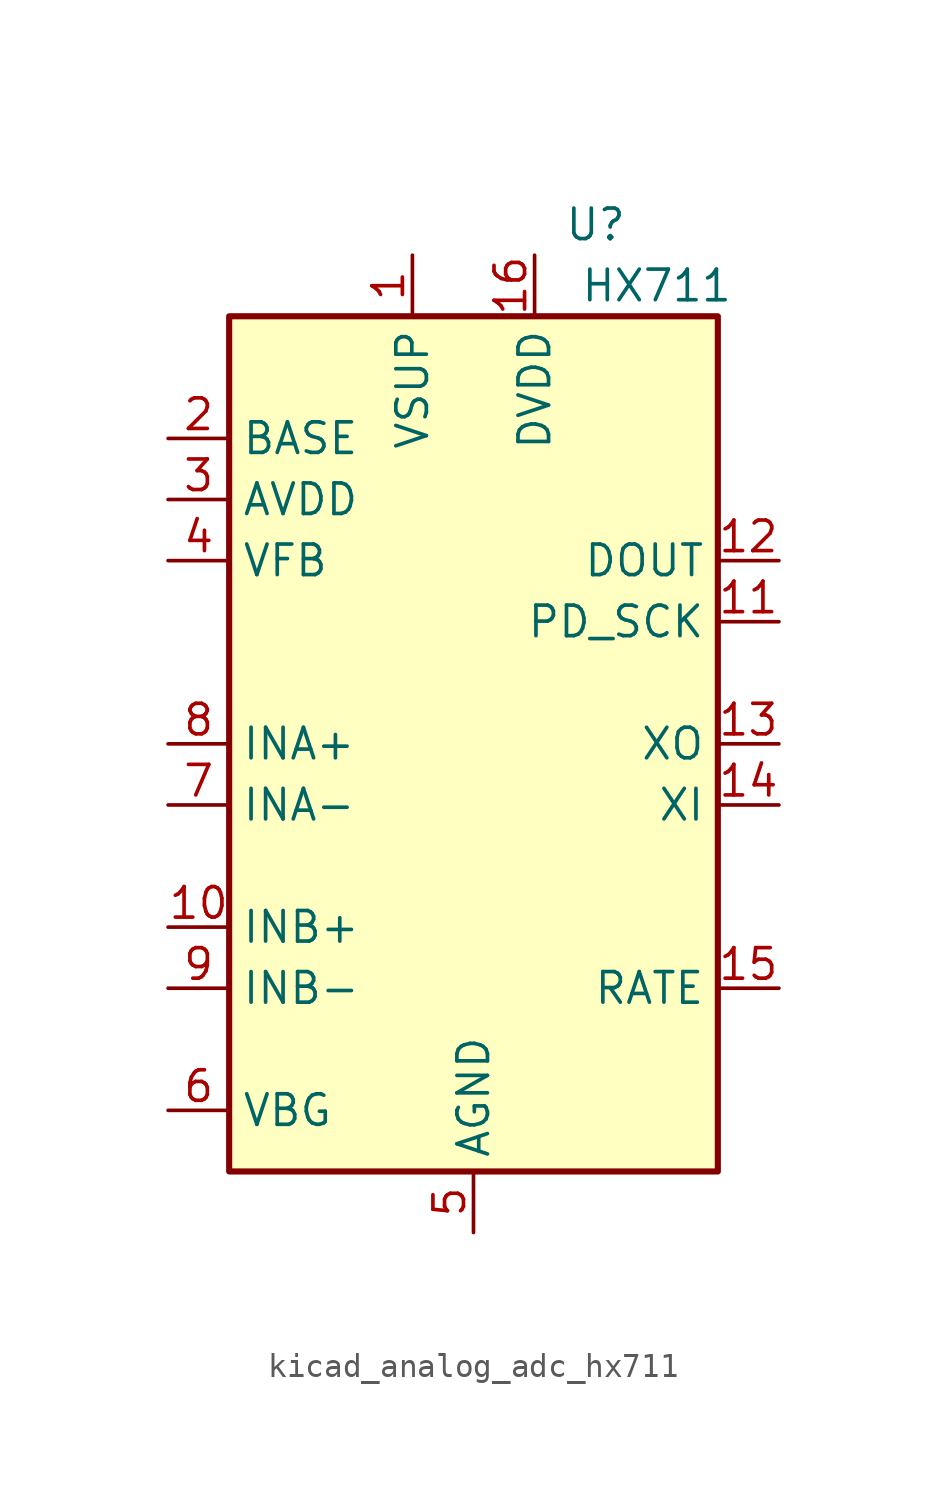
<source format=kicad_sym>
(kicad_symbol_lib
  (version 20220914)
  (generator kicad_symbol_editor)
  (symbol "kicad_analog_adc_hx711"
    (property "Reference" "U"
      (at 5.08 21.59 0)
      (effects (font (size 1.27 1.27))))
    (property "Value" "HX711"
      (at 7.62 19.05 0)
      (effects (font (size 1.27 1.27))))
    (symbol "kicad_analog_adc_hx711_0_1"
      (rectangle (start -10.16 17.78) (end 10.16 -17.78) (stroke (width 0.254) (type default)) (fill (type background))))
    (symbol "kicad_analog_adc_hx711_1_1"
      (pin power_in line (at -2.54 20.32 270) (length 2.54) (name "VSUP" (effects (font (size 1.27 1.27)))) (number "1" (effects (font (size 1.27 1.27)))))
      (pin input line (at -12.7 -7.62 0) (length 2.54) (name "INB+" (effects (font (size 1.27 1.27)))) (number "10" (effects (font (size 1.27 1.27)))))
      (pin input line (at 12.7 5.08 180) (length 2.54) (name "PD_SCK" (effects (font (size 1.27 1.27)))) (number "11" (effects (font (size 1.27 1.27)))))
      (pin output line (at 12.7 7.62 180) (length 2.54) (name "DOUT" (effects (font (size 1.27 1.27)))) (number "12" (effects (font (size 1.27 1.27)))))
      (pin passive line (at 12.7 0 180) (length 2.54) (name "XO" (effects (font (size 1.27 1.27)))) (number "13" (effects (font (size 1.27 1.27)))))
      (pin passive line (at 12.7 -2.54 180) (length 2.54) (name "XI" (effects (font (size 1.27 1.27)))) (number "14" (effects (font (size 1.27 1.27)))))
      (pin input line (at 12.7 -10.16 180) (length 2.54) (name "RATE" (effects (font (size 1.27 1.27)))) (number "15" (effects (font (size 1.27 1.27)))))
      (pin power_in line (at 2.54 20.32 270) (length 2.54) (name "DVDD" (effects (font (size 1.27 1.27)))) (number "16" (effects (font (size 1.27 1.27)))))
      (pin passive line (at -12.7 12.7 0) (length 2.54) (name "BASE" (effects (font (size 1.27 1.27)))) (number "2" (effects (font (size 1.27 1.27)))))
      (pin power_in line (at -12.7 10.16 0) (length 2.54) (name "AVDD" (effects (font (size 1.27 1.27)))) (number "3" (effects (font (size 1.27 1.27)))))
      (pin input line (at -12.7 7.62 0) (length 2.54) (name "VFB" (effects (font (size 1.27 1.27)))) (number "4" (effects (font (size 1.27 1.27)))))
      (pin power_in line (at 0 -20.32 90) (length 2.54) (name "AGND" (effects (font (size 1.27 1.27)))) (number "5" (effects (font (size 1.27 1.27)))))
      (pin passive line (at -12.7 -15.24 0) (length 2.54) (name "VBG" (effects (font (size 1.27 1.27)))) (number "6" (effects (font (size 1.27 1.27)))))
      (pin input line (at -12.7 -2.54 0) (length 2.54) (name "INA-" (effects (font (size 1.27 1.27)))) (number "7" (effects (font (size 1.27 1.27)))))
      (pin input line (at -12.7 0 0) (length 2.54) (name "INA+" (effects (font (size 1.27 1.27)))) (number "8" (effects (font (size 1.27 1.27)))))
      (pin input line (at -12.7 -10.16 0) (length 2.54) (name "INB-" (effects (font (size 1.27 1.27)))) (number "9" (effects (font (size 1.27 1.27))))))))
</source>
